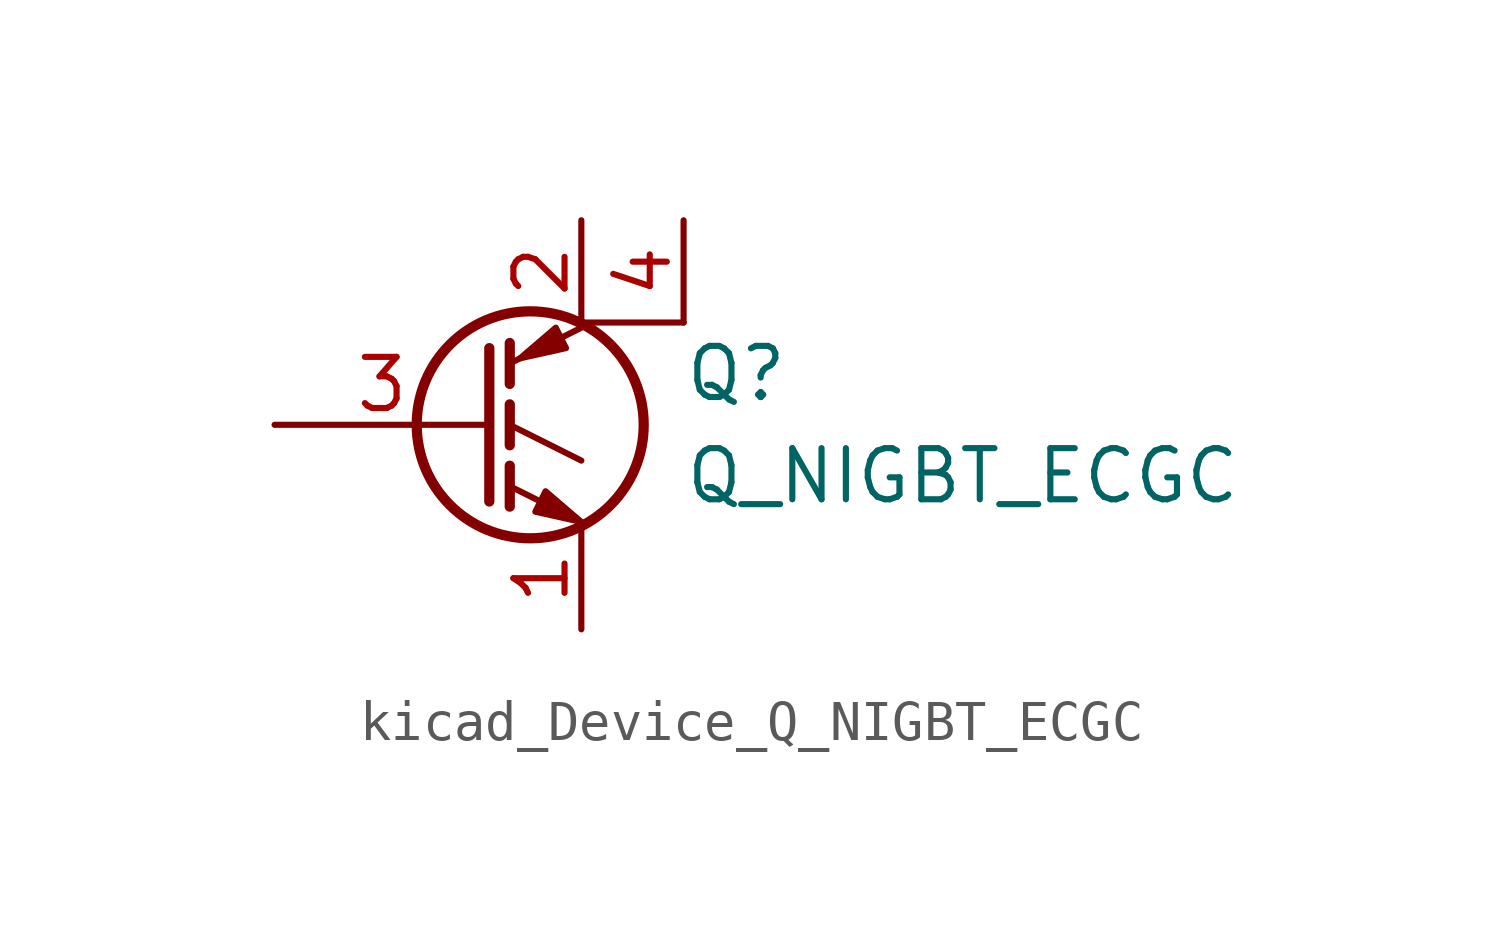
<source format=kicad_sym>
(kicad_symbol_lib
  (version 20220914)
  (generator kicad_symbol_editor)
  (symbol "kicad_Device_Q_NIGBT_ECGC"
    (pin_names
      (offset 0) hide)
    (property "Reference" "Q"
      (at 5.08 1.27 0)
      (effects (font (size 1.27 1.27)) (justify left)))
    (property "Value" "Q_NIGBT_ECGC"
      (at 5.08 -1.27 0)
      (effects (font (size 1.27 1.27)) (justify left)))
    (symbol "kicad_Device_Q_NIGBT_ECGC_0_1"
      (polyline (pts (xy 0.762 -1.016) (xy 0.762 -2.032)) (stroke (width 0.254) (type default)) (fill (type none)))
      (polyline (pts (xy 0.762 0.508) (xy 0.762 -0.508)) (stroke (width 0.254) (type default)) (fill (type none)))
      (polyline (pts (xy 0.762 2.032) (xy 0.762 1.016)) (stroke (width 0.254) (type default)) (fill (type none)))
      (polyline (pts (xy 2.54 -2.413) (xy 0.762 -1.524)) (stroke (width 0) (type default)) (fill (type none)))
      (polyline (pts (xy 2.54 -0.889) (xy 0.762 0)) (stroke (width 0) (type default)) (fill (type none)))
      (polyline (pts (xy 2.54 2.413) (xy 0.762 1.524)) (stroke (width 0) (type default)) (fill (type none)))
      (polyline (pts (xy 2.54 2.54) (xy 5.08 2.54)) (stroke (width 0) (type default)) (fill (type none)))
      (polyline (pts (xy 0.254 1.905) (xy 0.254 -1.905) (xy 0.254 -1.905)) (stroke (width 0.254) (type default)) (fill (type none)))
      (polyline (pts (xy 1.397 -2.159) (xy 1.651 -1.651) (xy 2.54 -2.413) (xy 1.397 -2.159)) (stroke (width 0) (type default)) (fill (type outline)))
      (polyline (pts (xy 2.159 1.905) (xy 1.905 2.413) (xy 1.016 1.651) (xy 2.159 1.905)) (stroke (width 0) (type default)) (fill (type outline)))
      (circle (center 1.27 0) (radius 2.819) (stroke (width 0.254) (type default)) (fill (type none))))
    (symbol "kicad_Device_Q_NIGBT_ECGC_1_1"
      (pin passive line (at 2.54 -5.08 90) (length 2.54) (name "E" (effects (font (size 1.27 1.27)))) (number "1" (effects (font (size 1.27 1.27)))))
      (pin passive line (at 2.54 5.08 270) (length 2.54) (name "C" (effects (font (size 1.27 1.27)))) (number "2" (effects (font (size 1.27 1.27)))))
      (pin input line (at -5.08 0 0) (length 5.334) (name "G" (effects (font (size 1.27 1.27)))) (number "3" (effects (font (size 1.27 1.27)))))
      (pin passive line (at 5.08 5.08 270) (length 2.54) (name "C" (effects (font (size 1.27 1.27)))) (number "4" (effects (font (size 1.27 1.27))))))))
</source>
